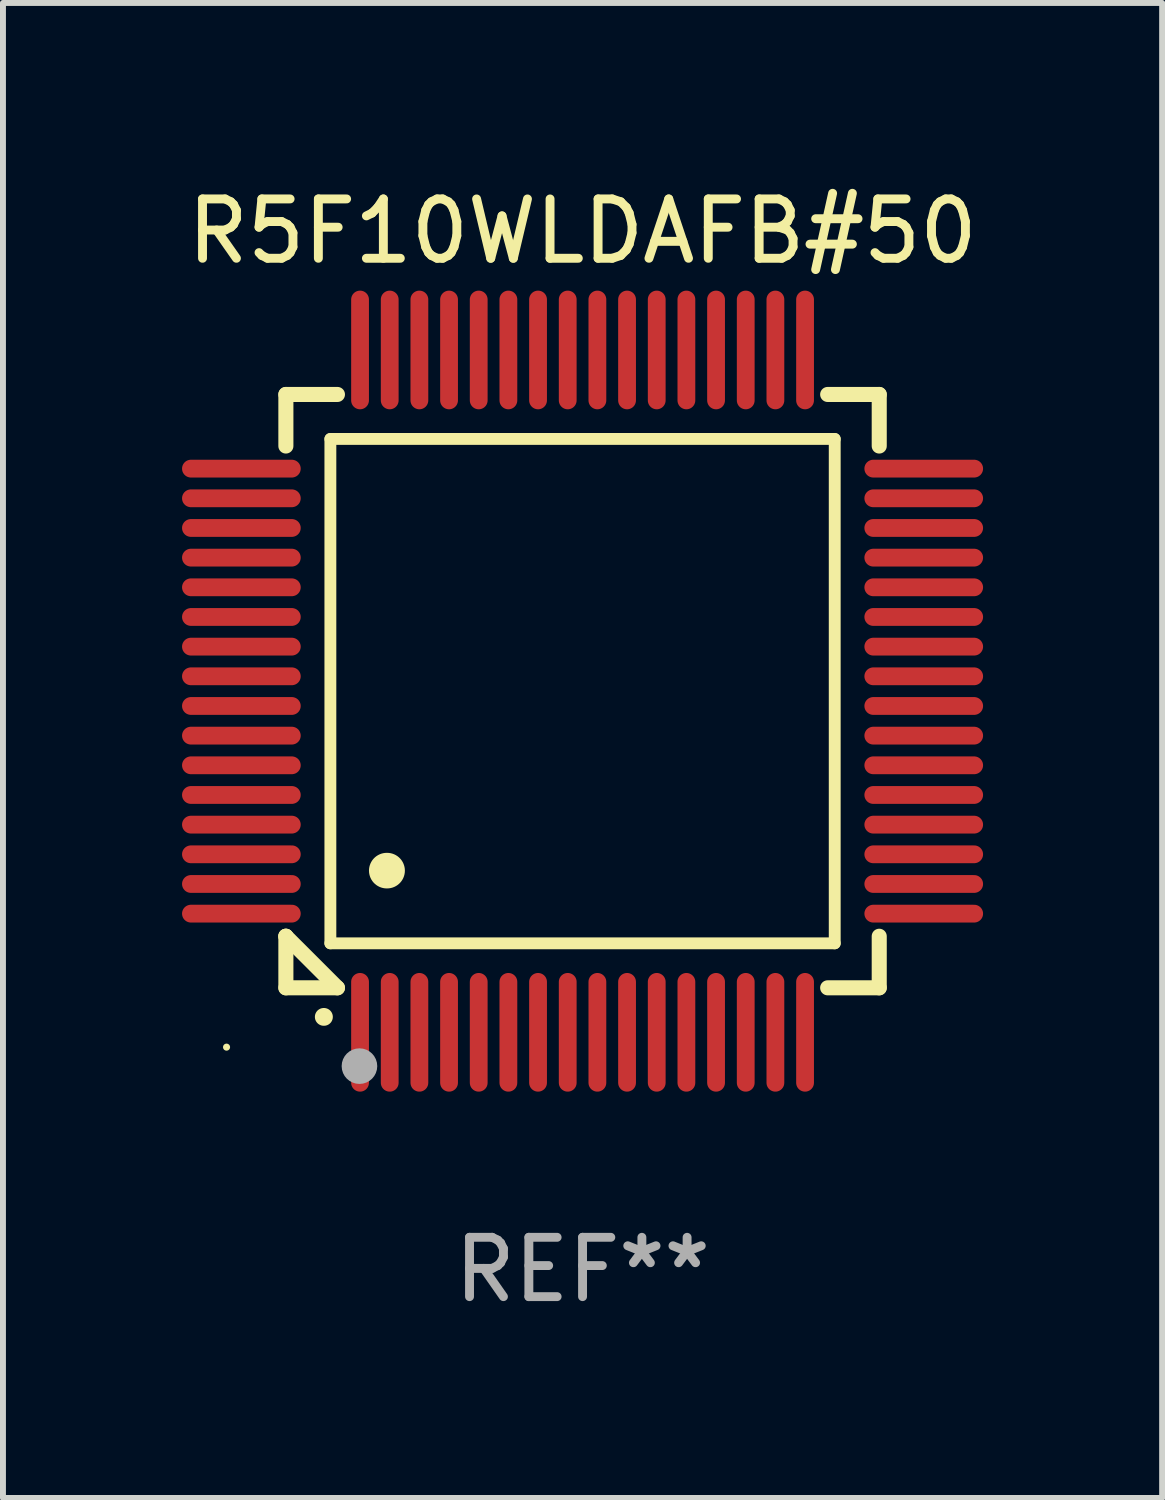
<source format=kicad_pcb>
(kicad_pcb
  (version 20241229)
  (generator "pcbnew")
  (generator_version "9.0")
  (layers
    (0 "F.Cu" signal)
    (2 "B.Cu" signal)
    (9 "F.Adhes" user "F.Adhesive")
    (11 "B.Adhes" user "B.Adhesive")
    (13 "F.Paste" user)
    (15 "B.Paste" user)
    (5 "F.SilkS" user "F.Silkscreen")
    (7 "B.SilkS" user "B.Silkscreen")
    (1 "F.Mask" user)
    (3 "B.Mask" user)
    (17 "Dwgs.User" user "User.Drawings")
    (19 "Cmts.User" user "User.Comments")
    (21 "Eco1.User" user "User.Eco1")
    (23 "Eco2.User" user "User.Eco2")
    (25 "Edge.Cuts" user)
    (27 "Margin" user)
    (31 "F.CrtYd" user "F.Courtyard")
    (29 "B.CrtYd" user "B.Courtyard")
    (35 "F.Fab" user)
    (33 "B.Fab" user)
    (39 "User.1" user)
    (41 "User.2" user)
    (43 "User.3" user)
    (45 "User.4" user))
  (footprint "R5F10WLDAFB#50"
    (layer "F.Cu")
    (at 6.768 8.598)
    (property "Reference" "R5F10WLDAFB#50" (at 0 -7.75 0) (layer "F.SilkS") (effects (font (size 1 1) (thickness 0.15))))
    (attr through_hole)
    (fp_line (start -5 -5) (end -4.131 -5) (stroke (width 0.254) (type solid)) (layer "F.SilkS"))
    (fp_line (start -5 -4.131) (end -5 -5) (stroke (width 0.254) (type solid)) (layer "F.SilkS"))
    (fp_line (start -5 4.131) (end -5 4.131) (stroke (width 0.254) (type solid)) (layer "F.SilkS"))
    (fp_line (start -5 5) (end -5 4.131) (stroke (width 0.254) (type solid)) (layer "F.SilkS"))
    (fp_line (start -5 4.131) (end -4.131 5) (stroke (width 0.254) (type solid)) (layer "F.SilkS"))
    (fp_line (start -4.25 -4.25) (end -4.25 4.25) (stroke (width 0.2) (type solid)) (layer "F.SilkS"))
    (fp_line (start -4.25 4.25) (end 4.25 4.25) (stroke (width 0.2) (type solid)) (layer "F.SilkS"))
    (fp_line (start -4.131 5) (end -5 5) (stroke (width 0.254) (type solid)) (layer "F.SilkS"))
    (fp_line (start 4.25 -4.25) (end -4.25 -4.25) (stroke (width 0.2) (type solid)) (layer "F.SilkS"))
    (fp_line (start 4.25 4.25) (end 4.25 -4.25) (stroke (width 0.2) (type solid)) (layer "F.SilkS"))
    (fp_line (start 5 -5) (end 4.131 -5) (stroke (width 0.254) (type solid)) (layer "F.SilkS"))
    (fp_line (start 5 -5) (end 5 -4.131) (stroke (width 0.254) (type solid)) (layer "F.SilkS"))
    (fp_line (start 5 4.131) (end 5 5) (stroke (width 0.254) (type solid)) (layer "F.SilkS"))
    (fp_line (start 5 5) (end 4.131 5) (stroke (width 0.254) (type solid)) (layer "F.SilkS"))
    (fp_arc (start -4.361265 5.489992) (mid -4.359995 5.489987) (end -4.358725 5.489992) (stroke (width 0.3) (type solid)) (layer "F.SilkS"))
    (fp_arc (start -3.299467 3.025146) (mid -3.296927 3.025135) (end -3.294387 3.025146) (stroke (width 0.6) (type solid)) (layer "F.SilkS"))
    (fp_circle (center -6 6) (end -5.97 6) (stroke (width 0.06) (type solid)) (fill no) (layer "F.SilkS"))
    (fp_circle (center -3.76 6.32) (end -3.61 6.32) (stroke (width 0.3) (type solid)) (fill no) (layer "F.Fab"))
    (fp_text user "REF**" (at 0 9.75 0) (layer "F.Fab") (effects (font (size 1 1) (thickness 0.15))))
    (pad "1" smd oval (at -3.75 5.75) (size 0.3 2) (layers "F.Cu" "F.Mask" "F.Paste"))
    (pad "2" smd oval (at -3.25 5.75) (size 0.3 2) (layers "F.Cu" "F.Mask" "F.Paste"))
    (pad "3" smd oval (at -2.75 5.75) (size 0.3 2) (layers "F.Cu" "F.Mask" "F.Paste"))
    (pad "4" smd oval (at -2.25 5.75) (size 0.3 2) (layers "F.Cu" "F.Mask" "F.Paste"))
    (pad "5" smd oval (at -1.75 5.75) (size 0.3 2) (layers "F.Cu" "F.Mask" "F.Paste"))
    (pad "6" smd oval (at -1.25 5.75) (size 0.3 2) (layers "F.Cu" "F.Mask" "F.Paste"))
    (pad "7" smd oval (at -0.75 5.75) (size 0.3 2) (layers "F.Cu" "F.Mask" "F.Paste"))
    (pad "8" smd oval (at -0.25 5.75) (size 0.3 2) (layers "F.Cu" "F.Mask" "F.Paste"))
    (pad "9" smd oval (at 0.25 5.75) (size 0.3 2) (layers "F.Cu" "F.Mask" "F.Paste"))
    (pad "10" smd oval (at 0.75 5.75) (size 0.3 2) (layers "F.Cu" "F.Mask" "F.Paste"))
    (pad "11" smd oval (at 1.25 5.75) (size 0.3 2) (layers "F.Cu" "F.Mask" "F.Paste"))
    (pad "12" smd oval (at 1.75 5.75) (size 0.3 2) (layers "F.Cu" "F.Mask" "F.Paste"))
    (pad "13" smd oval (at 2.25 5.75) (size 0.3 2) (layers "F.Cu" "F.Mask" "F.Paste"))
    (pad "14" smd oval (at 2.75 5.75) (size 0.3 2) (layers "F.Cu" "F.Mask" "F.Paste"))
    (pad "15" smd oval (at 3.25 5.75) (size 0.3 2) (layers "F.Cu" "F.Mask" "F.Paste"))
    (pad "16" smd oval (at 3.75 5.75) (size 0.3 2) (layers "F.Cu" "F.Mask" "F.Paste"))
    (pad "17" smd oval (at 5.75 3.75) (size 2 0.3) (layers "F.Cu" "F.Mask" "F.Paste"))
    (pad "18" smd oval (at 5.75 3.25) (size 2 0.3) (layers "F.Cu" "F.Mask" "F.Paste"))
    (pad "19" smd oval (at 5.75 2.75) (size 2 0.3) (layers "F.Cu" "F.Mask" "F.Paste"))
    (pad "20" smd oval (at 5.75 2.25) (size 2 0.3) (layers "F.Cu" "F.Mask" "F.Paste"))
    (pad "21" smd oval (at 5.75 1.75) (size 2 0.3) (layers "F.Cu" "F.Mask" "F.Paste"))
    (pad "22" smd oval (at 5.75 1.25) (size 2 0.3) (layers "F.Cu" "F.Mask" "F.Paste"))
    (pad "23" smd oval (at 5.75 0.75) (size 2 0.3) (layers "F.Cu" "F.Mask" "F.Paste"))
    (pad "24" smd oval (at 5.75 0.25) (size 2 0.3) (layers "F.Cu" "F.Mask" "F.Paste"))
    (pad "25" smd oval (at 5.75 -0.25) (size 2 0.3) (layers "F.Cu" "F.Mask" "F.Paste"))
    (pad "26" smd oval (at 5.75 -0.75) (size 2 0.3) (layers "F.Cu" "F.Mask" "F.Paste"))
    (pad "27" smd oval (at 5.75 -1.25) (size 2 0.3) (layers "F.Cu" "F.Mask" "F.Paste"))
    (pad "28" smd oval (at 5.75 -1.75) (size 2 0.3) (layers "F.Cu" "F.Mask" "F.Paste"))
    (pad "29" smd oval (at 5.75 -2.25) (size 2 0.3) (layers "F.Cu" "F.Mask" "F.Paste"))
    (pad "30" smd oval (at 5.75 -2.75) (size 2 0.3) (layers "F.Cu" "F.Mask" "F.Paste"))
    (pad "31" smd oval (at 5.75 -3.25) (size 2 0.3) (layers "F.Cu" "F.Mask" "F.Paste"))
    (pad "32" smd oval (at 5.75 -3.75) (size 2 0.3) (layers "F.Cu" "F.Mask" "F.Paste"))
    (pad "33" smd oval (at 3.75 -5.75) (size 0.3 2) (layers "F.Cu" "F.Mask" "F.Paste"))
    (pad "34" smd oval (at 3.25 -5.75) (size 0.3 2) (layers "F.Cu" "F.Mask" "F.Paste"))
    (pad "35" smd oval (at 2.75 -5.75) (size 0.3 2) (layers "F.Cu" "F.Mask" "F.Paste"))
    (pad "36" smd oval (at 2.25 -5.75) (size 0.3 2) (layers "F.Cu" "F.Mask" "F.Paste"))
    (pad "37" smd oval (at 1.75 -5.75) (size 0.3 2) (layers "F.Cu" "F.Mask" "F.Paste"))
    (pad "38" smd oval (at 1.25 -5.75) (size 0.3 2) (layers "F.Cu" "F.Mask" "F.Paste"))
    (pad "39" smd oval (at 0.75 -5.75) (size 0.3 2) (layers "F.Cu" "F.Mask" "F.Paste"))
    (pad "40" smd oval (at 0.25 -5.75) (size 0.3 2) (layers "F.Cu" "F.Mask" "F.Paste"))
    (pad "41" smd oval (at -0.25 -5.75) (size 0.3 2) (layers "F.Cu" "F.Mask" "F.Paste"))
    (pad "42" smd oval (at -0.75 -5.75) (size 0.3 2) (layers "F.Cu" "F.Mask" "F.Paste"))
    (pad "43" smd oval (at -1.25 -5.75) (size 0.3 2) (layers "F.Cu" "F.Mask" "F.Paste"))
    (pad "44" smd oval (at -1.75 -5.75) (size 0.3 2) (layers "F.Cu" "F.Mask" "F.Paste"))
    (pad "45" smd oval (at -2.25 -5.75) (size 0.3 2) (layers "F.Cu" "F.Mask" "F.Paste"))
    (pad "46" smd oval (at -2.75 -5.75) (size 0.3 2) (layers "F.Cu" "F.Mask" "F.Paste"))
    (pad "47" smd oval (at -3.25 -5.75) (size 0.3 2) (layers "F.Cu" "F.Mask" "F.Paste"))
    (pad "48" smd oval (at -3.75 -5.75) (size 0.3 2) (layers "F.Cu" "F.Mask" "F.Paste"))
    (pad "49" smd oval (at -5.75 -3.75) (size 2 0.3) (layers "F.Cu" "F.Mask" "F.Paste"))
    (pad "50" smd oval (at -5.75 -3.25) (size 2 0.3) (layers "F.Cu" "F.Mask" "F.Paste"))
    (pad "51" smd oval (at -5.75 -2.75) (size 2 0.3) (layers "F.Cu" "F.Mask" "F.Paste"))
    (pad "52" smd oval (at -5.75 -2.25) (size 2 0.3) (layers "F.Cu" "F.Mask" "F.Paste"))
    (pad "53" smd oval (at -5.75 -1.75) (size 2 0.3) (layers "F.Cu" "F.Mask" "F.Paste"))
    (pad "54" smd oval (at -5.75 -1.25) (size 2 0.3) (layers "F.Cu" "F.Mask" "F.Paste"))
    (pad "55" smd oval (at -5.75 -0.75) (size 2 0.3) (layers "F.Cu" "F.Mask" "F.Paste"))
    (pad "56" smd oval (at -5.75 -0.25) (size 2 0.3) (layers "F.Cu" "F.Mask" "F.Paste"))
    (pad "57" smd oval (at -5.75 0.25) (size 2 0.3) (layers "F.Cu" "F.Mask" "F.Paste"))
    (pad "58" smd oval (at -5.75 0.75) (size 2 0.3) (layers "F.Cu" "F.Mask" "F.Paste"))
    (pad "59" smd oval (at -5.75 1.25) (size 2 0.3) (layers "F.Cu" "F.Mask" "F.Paste"))
    (pad "60" smd oval (at -5.75 1.75) (size 2 0.3) (layers "F.Cu" "F.Mask" "F.Paste"))
    (pad "61" smd oval (at -5.75 2.25) (size 2 0.3) (layers "F.Cu" "F.Mask" "F.Paste"))
    (pad "62" smd oval (at -5.75 2.75) (size 2 0.3) (layers "F.Cu" "F.Mask" "F.Paste"))
    (pad "63" smd oval (at -5.75 3.25) (size 2 0.3) (layers "F.Cu" "F.Mask" "F.Paste"))
    (pad "64" smd oval (at -5.75 3.75) (size 2 0.3) (layers "F.Cu" "F.Mask" "F.Paste")))
  (gr_rect
    (start -3 -3)
    (end 16.536 22.196)
    (stroke (width 0.1) (type default))
    (fill no)
    (layer "Edge.Cuts")))
</source>
